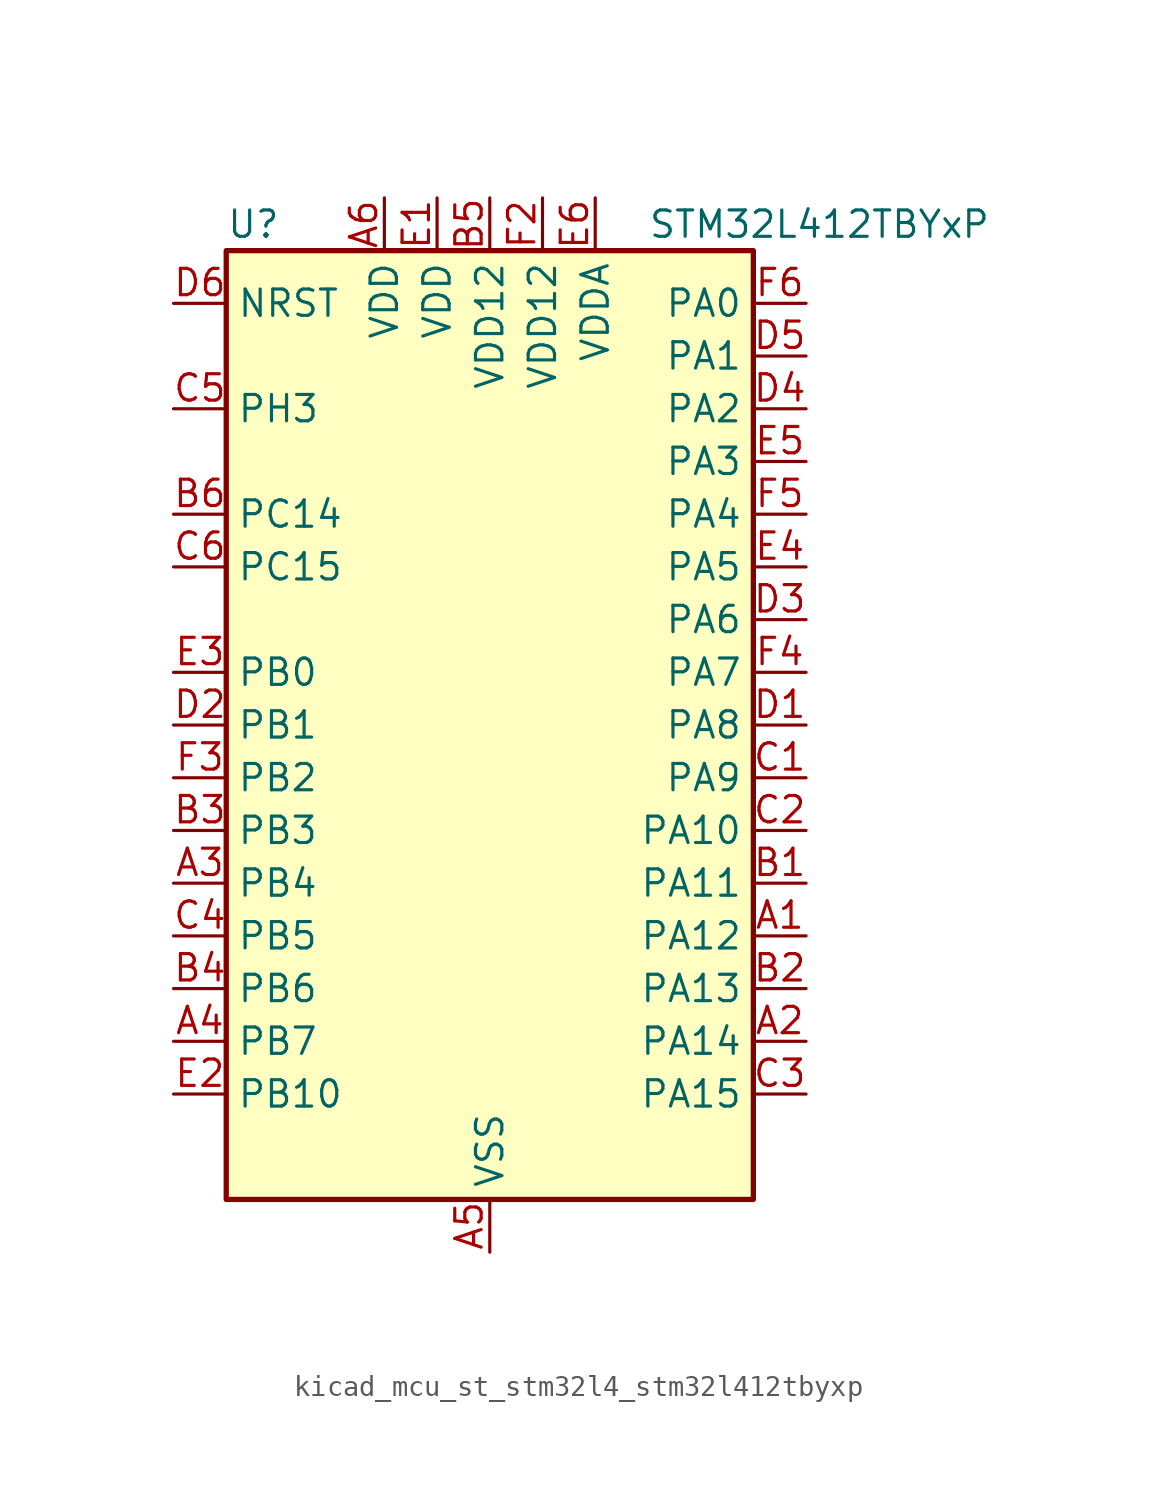
<source format=kicad_sym>
(kicad_symbol_lib
  (version 20220914)
  (generator kicad_symbol_editor)
  (symbol "kicad_mcu_st_stm32l4_stm32l412tbyxp"
    (property "Reference" "U"
      (at -12.7 24.13 0)
      (effects (font (size 1.27 1.27)) (justify left)))
    (property "Value" "STM32L412TBYxP"
      (at 7.62 24.13 0)
      (effects (font (size 1.27 1.27)) (justify left)))
    (property "ki_locked" ""
      (at 0 0 0)
      (effects (font (size 1.27 1.27))))
    (symbol "kicad_mcu_st_stm32l4_stm32l412tbyxp_0_1"
      (rectangle (start -12.7 -22.86) (end 12.7 22.86) (stroke (width 0.254) (type default)) (fill (type background))))
    (symbol "kicad_mcu_st_stm32l4_stm32l412tbyxp_1_1"
      (pin bidirectional line (at 15.24 -10.16 180) (length 2.54) (name "PA12" (effects (font (size 1.27 1.27)))) (number "A1" (effects (font (size 1.27 1.27)))) (alternate "SPI1_MOSI" bidirectional line) (alternate "TIM1_ETR" bidirectional line) (alternate "USART1_DE" bidirectional line) (alternate "USART1_RTS" bidirectional line) (alternate "USB_DP" bidirectional line))
      (pin bidirectional line (at 15.24 -15.24 180) (length 2.54) (name "PA14" (effects (font (size 1.27 1.27)))) (number "A2" (effects (font (size 1.27 1.27)))) (alternate "I2C1_SMBA" bidirectional line) (alternate "LPTIM1_OUT" bidirectional line) (alternate "SYS_JTCK-SWCLK" bidirectional line))
      (pin bidirectional line (at -15.24 -7.62 0) (length 2.54) (name "PB4" (effects (font (size 1.27 1.27)))) (number "A3" (effects (font (size 1.27 1.27)))) (alternate "I2C3_SDA" bidirectional line) (alternate "SPI1_MISO" bidirectional line) (alternate "SYS_JTRST" bidirectional line) (alternate "TSC_G2_IO1" bidirectional line) (alternate "USART1_CTS" bidirectional line))
      (pin bidirectional line (at -15.24 -15.24 0) (length 2.54) (name "PB7" (effects (font (size 1.27 1.27)))) (number "A4" (effects (font (size 1.27 1.27)))) (alternate "I2C1_SDA" bidirectional line) (alternate "LPTIM1_IN2" bidirectional line) (alternate "SYS_PVD_IN" bidirectional line) (alternate "SYS_TRACECLK" bidirectional line) (alternate "TSC_G2_IO4" bidirectional line) (alternate "USART1_RX" bidirectional line))
      (pin power_in line (at 0 -25.4 90) (length 2.54) (name "VSS" (effects (font (size 1.27 1.27)))) (number "A5" (effects (font (size 1.27 1.27)))))
      (pin power_in line (at -5.08 25.4 270) (length 2.54) (name "VDD" (effects (font (size 1.27 1.27)))) (number "A6" (effects (font (size 1.27 1.27)))))
      (pin bidirectional line (at 15.24 -7.62 180) (length 2.54) (name "PA11" (effects (font (size 1.27 1.27)))) (number "B1" (effects (font (size 1.27 1.27)))) (alternate "ADC1_EXTI11" bidirectional line) (alternate "ADC2_EXTI11" bidirectional line) (alternate "COMP1_OUT" bidirectional line) (alternate "SPI1_MISO" bidirectional line) (alternate "TIM1_BKIN2" bidirectional line) (alternate "TIM1_BKIN2_COMP1" bidirectional line) (alternate "TIM1_CH4" bidirectional line) (alternate "USART1_CTS" bidirectional line) (alternate "USB_DM" bidirectional line))
      (pin bidirectional line (at 15.24 -12.7 180) (length 2.54) (name "PA13" (effects (font (size 1.27 1.27)))) (number "B2" (effects (font (size 1.27 1.27)))) (alternate "IR_OUT" bidirectional line) (alternate "SYS_JTMS-SWDIO" bidirectional line) (alternate "USB_NOE" bidirectional line))
      (pin bidirectional line (at -15.24 -5.08 0) (length 2.54) (name "PB3" (effects (font (size 1.27 1.27)))) (number "B3" (effects (font (size 1.27 1.27)))) (alternate "SPI1_SCK" bidirectional line) (alternate "SYS_JTDO-SWO" bidirectional line) (alternate "TIM2_CH2" bidirectional line) (alternate "USART1_DE" bidirectional line) (alternate "USART1_RTS" bidirectional line))
      (pin bidirectional line (at -15.24 -12.7 0) (length 2.54) (name "PB6" (effects (font (size 1.27 1.27)))) (number "B4" (effects (font (size 1.27 1.27)))) (alternate "I2C1_SCL" bidirectional line) (alternate "LPTIM1_ETR" bidirectional line) (alternate "SYS_TRACED3" bidirectional line) (alternate "TIM16_CH1N" bidirectional line) (alternate "TSC_G2_IO3" bidirectional line) (alternate "USART1_TX" bidirectional line))
      (pin power_in line (at 0 25.4 270) (length 2.54) (name "VDD12" (effects (font (size 1.27 1.27)))) (number "B5" (effects (font (size 1.27 1.27)))))
      (pin bidirectional line (at -15.24 10.16 0) (length 2.54) (name "PC14" (effects (font (size 1.27 1.27)))) (number "B6" (effects (font (size 1.27 1.27)))) (alternate "RCC_OSC32_IN" bidirectional line))
      (pin bidirectional line (at 15.24 -2.54 180) (length 2.54) (name "PA9" (effects (font (size 1.27 1.27)))) (number "C1" (effects (font (size 1.27 1.27)))) (alternate "I2C1_SCL" bidirectional line) (alternate "TIM15_BKIN" bidirectional line) (alternate "TIM1_CH2" bidirectional line) (alternate "USART1_TX" bidirectional line))
      (pin bidirectional line (at 15.24 -5.08 180) (length 2.54) (name "PA10" (effects (font (size 1.27 1.27)))) (number "C2" (effects (font (size 1.27 1.27)))) (alternate "CRS_SYNC" bidirectional line) (alternate "I2C1_SDA" bidirectional line) (alternate "TIM1_CH3" bidirectional line) (alternate "USART1_RX" bidirectional line))
      (pin bidirectional line (at 15.24 -17.78 180) (length 2.54) (name "PA15" (effects (font (size 1.27 1.27)))) (number "C3" (effects (font (size 1.27 1.27)))) (alternate "ADC1_EXTI15" bidirectional line) (alternate "ADC2_EXTI15" bidirectional line) (alternate "SPI1_NSS" bidirectional line) (alternate "SYS_JTDI" bidirectional line) (alternate "TIM2_CH1" bidirectional line) (alternate "TIM2_ETR" bidirectional line) (alternate "TSC_G3_IO1" bidirectional line) (alternate "USART2_RX" bidirectional line))
      (pin bidirectional line (at -15.24 -10.16 0) (length 2.54) (name "PB5" (effects (font (size 1.27 1.27)))) (number "C4" (effects (font (size 1.27 1.27)))) (alternate "I2C1_SMBA" bidirectional line) (alternate "LPTIM1_IN1" bidirectional line) (alternate "SPI1_MOSI" bidirectional line) (alternate "SYS_TRACED2" bidirectional line) (alternate "TIM16_BKIN" bidirectional line) (alternate "TSC_G2_IO2" bidirectional line) (alternate "USART1_CK" bidirectional line))
      (pin bidirectional line (at -15.24 15.24 0) (length 2.54) (name "PH3" (effects (font (size 1.27 1.27)))) (number "C5" (effects (font (size 1.27 1.27)))))
      (pin bidirectional line (at -15.24 7.62 0) (length 2.54) (name "PC15" (effects (font (size 1.27 1.27)))) (number "C6" (effects (font (size 1.27 1.27)))) (alternate "ADC1_EXTI15" bidirectional line) (alternate "ADC2_EXTI15" bidirectional line) (alternate "RCC_OSC32_OUT" bidirectional line))
      (pin bidirectional line (at 15.24 0 180) (length 2.54) (name "PA8" (effects (font (size 1.27 1.27)))) (number "D1" (effects (font (size 1.27 1.27)))) (alternate "LPTIM2_OUT" bidirectional line) (alternate "RCC_MCO" bidirectional line) (alternate "TIM1_CH1" bidirectional line) (alternate "USART1_CK" bidirectional line))
      (pin bidirectional line (at -15.24 0 0) (length 2.54) (name "PB1" (effects (font (size 1.27 1.27)))) (number "D2" (effects (font (size 1.27 1.27)))) (alternate "ADC1_IN16" bidirectional line) (alternate "ADC2_IN16" bidirectional line) (alternate "COMP1_INM" bidirectional line) (alternate "LPTIM2_IN1" bidirectional line) (alternate "LPUART1_DE" bidirectional line) (alternate "LPUART1_RTS" bidirectional line) (alternate "QUADSPI_BK1_IO0" bidirectional line) (alternate "SYS_TRACED1" bidirectional line) (alternate "TIM1_CH3N" bidirectional line))
      (pin bidirectional line (at 15.24 5.08 180) (length 2.54) (name "PA6" (effects (font (size 1.27 1.27)))) (number "D3" (effects (font (size 1.27 1.27)))) (alternate "ADC1_IN11" bidirectional line) (alternate "ADC2_IN11" bidirectional line) (alternate "COMP1_OUT" bidirectional line) (alternate "LPUART1_CTS" bidirectional line) (alternate "QUADSPI_BK1_IO3" bidirectional line) (alternate "SPI1_MISO" bidirectional line) (alternate "TIM16_CH1" bidirectional line) (alternate "TIM1_BKIN" bidirectional line))
      (pin bidirectional line (at 15.24 15.24 180) (length 2.54) (name "PA2" (effects (font (size 1.27 1.27)))) (number "D4" (effects (font (size 1.27 1.27)))) (alternate "ADC1_IN7" bidirectional line) (alternate "ADC2_IN7" bidirectional line) (alternate "LPUART1_TX" bidirectional line) (alternate "QUADSPI_BK1_NCS" bidirectional line) (alternate "RCC_LSCO" bidirectional line) (alternate "SYS_WKUP4" bidirectional line) (alternate "TIM15_CH1" bidirectional line) (alternate "TIM2_CH3" bidirectional line) (alternate "USART2_TX" bidirectional line))
      (pin bidirectional line (at 15.24 17.78 180) (length 2.54) (name "PA1" (effects (font (size 1.27 1.27)))) (number "D5" (effects (font (size 1.27 1.27)))) (alternate "ADC1_IN6" bidirectional line) (alternate "COMP1_INP" bidirectional line) (alternate "I2C1_SMBA" bidirectional line) (alternate "OPAMP1_VINM" bidirectional line) (alternate "SPI1_SCK" bidirectional line) (alternate "TIM15_CH1N" bidirectional line) (alternate "TIM2_CH2" bidirectional line) (alternate "USART2_DE" bidirectional line) (alternate "USART2_RTS" bidirectional line))
      (pin input line (at -15.24 20.32 0) (length 2.54) (name "NRST" (effects (font (size 1.27 1.27)))) (number "D6" (effects (font (size 1.27 1.27)))))
      (pin power_in line (at -2.54 25.4 270) (length 2.54) (name "VDD" (effects (font (size 1.27 1.27)))) (number "E1" (effects (font (size 1.27 1.27)))))
      (pin bidirectional line (at -15.24 -17.78 0) (length 2.54) (name "PB10" (effects (font (size 1.27 1.27)))) (number "E2" (effects (font (size 1.27 1.27)))) (alternate "COMP1_OUT" bidirectional line) (alternate "LPUART1_RX" bidirectional line) (alternate "QUADSPI_CLK" bidirectional line) (alternate "TIM2_CH3" bidirectional line) (alternate "TSC_SYNC" bidirectional line))
      (pin bidirectional line (at -15.24 2.54 0) (length 2.54) (name "PB0" (effects (font (size 1.27 1.27)))) (number "E3" (effects (font (size 1.27 1.27)))) (alternate "ADC1_IN15" bidirectional line) (alternate "ADC2_IN15" bidirectional line) (alternate "COMP1_OUT" bidirectional line) (alternate "QUADSPI_BK1_IO1" bidirectional line) (alternate "SPI1_NSS" bidirectional line) (alternate "SYS_TRACED0" bidirectional line) (alternate "TIM1_CH2N" bidirectional line))
      (pin bidirectional line (at 15.24 7.62 180) (length 2.54) (name "PA5" (effects (font (size 1.27 1.27)))) (number "E4" (effects (font (size 1.27 1.27)))) (alternate "ADC1_IN10" bidirectional line) (alternate "ADC2_IN10" bidirectional line) (alternate "COMP1_INM" bidirectional line) (alternate "LPTIM2_ETR" bidirectional line) (alternate "SPI1_SCK" bidirectional line) (alternate "TIM2_CH1" bidirectional line) (alternate "TIM2_ETR" bidirectional line))
      (pin bidirectional line (at 15.24 12.7 180) (length 2.54) (name "PA3" (effects (font (size 1.27 1.27)))) (number "E5" (effects (font (size 1.27 1.27)))) (alternate "ADC1_IN8" bidirectional line) (alternate "ADC2_IN8" bidirectional line) (alternate "LPUART1_RX" bidirectional line) (alternate "OPAMP1_VOUT" bidirectional line) (alternate "QUADSPI_CLK" bidirectional line) (alternate "TIM15_CH2" bidirectional line) (alternate "TIM2_CH4" bidirectional line) (alternate "USART2_RX" bidirectional line))
      (pin power_in line (at 5.08 25.4 270) (length 2.54) (name "VDDA" (effects (font (size 1.27 1.27)))) (number "E6" (effects (font (size 1.27 1.27)))))
      (pin passive line (at 0 -25.4 90) (length 2.54) hide (name "VSS" (effects (font (size 1.27 1.27)))) (number "F1" (effects (font (size 1.27 1.27)))))
      (pin power_in line (at 2.54 25.4 270) (length 2.54) (name "VDD12" (effects (font (size 1.27 1.27)))) (number "F2" (effects (font (size 1.27 1.27)))))
      (pin bidirectional line (at -15.24 -2.54 0) (length 2.54) (name "PB2" (effects (font (size 1.27 1.27)))) (number "F3" (effects (font (size 1.27 1.27)))) (alternate "COMP1_INP" bidirectional line) (alternate "I2C3_SMBA" bidirectional line) (alternate "LPTIM1_OUT" bidirectional line) (alternate "RTC_OUT_ALARM" bidirectional line) (alternate "RTC_OUT_CALIB" bidirectional line))
      (pin bidirectional line (at 15.24 2.54 180) (length 2.54) (name "PA7" (effects (font (size 1.27 1.27)))) (number "F4" (effects (font (size 1.27 1.27)))) (alternate "ADC1_IN12" bidirectional line) (alternate "ADC2_IN12" bidirectional line) (alternate "I2C3_SCL" bidirectional line) (alternate "QUADSPI_BK1_IO2" bidirectional line) (alternate "SPI1_MOSI" bidirectional line) (alternate "TIM1_CH1N" bidirectional line))
      (pin bidirectional line (at 15.24 10.16 180) (length 2.54) (name "PA4" (effects (font (size 1.27 1.27)))) (number "F5" (effects (font (size 1.27 1.27)))) (alternate "ADC1_IN9" bidirectional line) (alternate "ADC2_IN9" bidirectional line) (alternate "COMP1_INM" bidirectional line) (alternate "LPTIM2_OUT" bidirectional line) (alternate "SPI1_NSS" bidirectional line) (alternate "USART2_CK" bidirectional line))
      (pin bidirectional line (at 15.24 20.32 180) (length 2.54) (name "PA0" (effects (font (size 1.27 1.27)))) (number "F6" (effects (font (size 1.27 1.27)))) (alternate "ADC1_IN5" bidirectional line) (alternate "COMP1_INM" bidirectional line) (alternate "COMP1_OUT" bidirectional line) (alternate "OPAMP1_VINP" bidirectional line) (alternate "RCC_CK_IN" bidirectional line) (alternate "RTC_TAMP2" bidirectional line) (alternate "SYS_WKUP1" bidirectional line) (alternate "TIM2_CH1" bidirectional line) (alternate "TIM2_ETR" bidirectional line) (alternate "USART2_CTS" bidirectional line)))))
</source>
